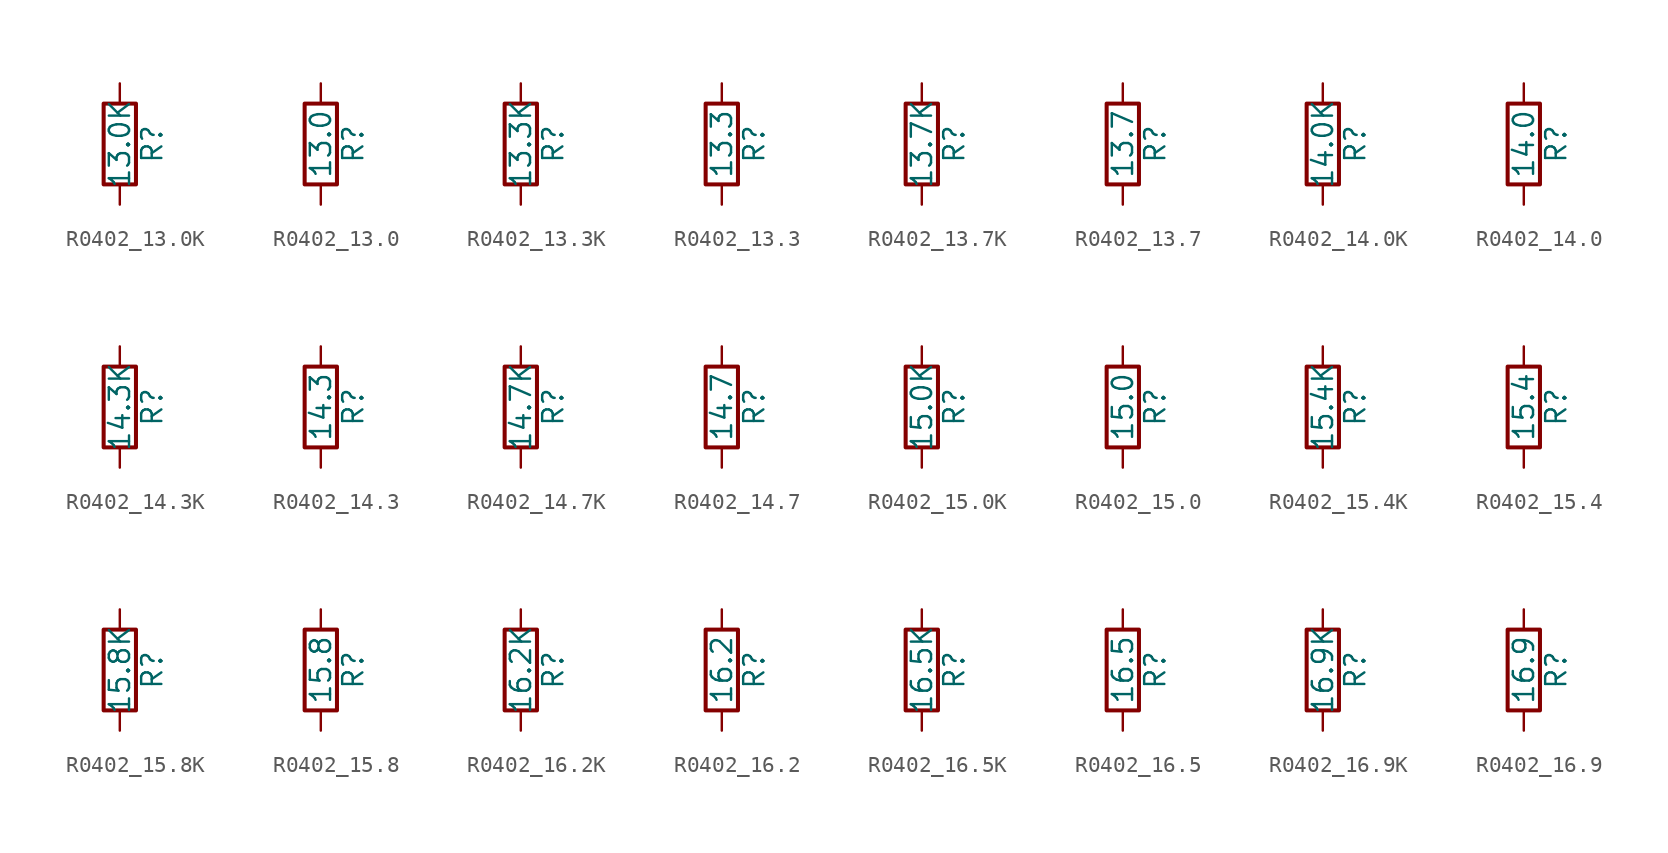
<source format=kicad_sym>
(kicad_symbol_lib
  (version 20211014)
  (generator atlantix-eda)
  (symbol "R0402_13.0K"
    (pin_numbers hide)
    (pin_names
      (offset 0))
    (property "Reference" "R"
      (at 2.032 0 90)
      (effects (font (size 1.27 1.27))))
    (property "Value" "13.0K"
      (at 0 0 90)
      (effects (font (size 1.27 1.27))))
    (symbol "R0402_13.0K_0_1"
      (rectangle (start -1.016 -2.54) (end 1.016 2.54) (stroke (width 0.254) (type default) (color 0 0 0 0)) (fill (type none))))
    (symbol "R0402_13.0K_1_1"
      (pin passive line (at 0 3.81 270) (length 1.27) (name "~" (effects (font (size 1.27 1.27)))) (number "1" (effects (font (size 1.27 1.27)))))
      (pin passive line (at 0 -3.81 90) (length 1.27) (name "~" (effects (font (size 1.27 1.27)))) (number "2" (effects (font (size 1.27 1.27)))))))
  (symbol "R0402_13.0"
    (pin_numbers hide)
    (pin_names
      (offset 0))
    (property "Reference" "R"
      (at 2.032 0 90)
      (effects (font (size 1.27 1.27))))
    (property "Value" "13.0"
      (at 0 0 90)
      (effects (font (size 1.27 1.27))))
    (symbol "R0402_13.0_0_1"
      (rectangle (start -1.016 -2.54) (end 1.016 2.54) (stroke (width 0.254) (type default) (color 0 0 0 0)) (fill (type none))))
    (symbol "R0402_13.0_1_1"
      (pin passive line (at 0 3.81 270) (length 1.27) (name "~" (effects (font (size 1.27 1.27)))) (number "1" (effects (font (size 1.27 1.27)))))
      (pin passive line (at 0 -3.81 90) (length 1.27) (name "~" (effects (font (size 1.27 1.27)))) (number "2" (effects (font (size 1.27 1.27)))))))
  (symbol "R0402_13.3K"
    (pin_numbers hide)
    (pin_names
      (offset 0))
    (property "Reference" "R"
      (at 2.032 0 90)
      (effects (font (size 1.27 1.27))))
    (property "Value" "13.3K"
      (at 0 0 90)
      (effects (font (size 1.27 1.27))))
    (symbol "R0402_13.3K_0_1"
      (rectangle (start -1.016 -2.54) (end 1.016 2.54) (stroke (width 0.254) (type default) (color 0 0 0 0)) (fill (type none))))
    (symbol "R0402_13.3K_1_1"
      (pin passive line (at 0 3.81 270) (length 1.27) (name "~" (effects (font (size 1.27 1.27)))) (number "1" (effects (font (size 1.27 1.27)))))
      (pin passive line (at 0 -3.81 90) (length 1.27) (name "~" (effects (font (size 1.27 1.27)))) (number "2" (effects (font (size 1.27 1.27)))))))
  (symbol "R0402_13.3"
    (pin_numbers hide)
    (pin_names
      (offset 0))
    (property "Reference" "R"
      (at 2.032 0 90)
      (effects (font (size 1.27 1.27))))
    (property "Value" "13.3"
      (at 0 0 90)
      (effects (font (size 1.27 1.27))))
    (symbol "R0402_13.3_0_1"
      (rectangle (start -1.016 -2.54) (end 1.016 2.54) (stroke (width 0.254) (type default) (color 0 0 0 0)) (fill (type none))))
    (symbol "R0402_13.3_1_1"
      (pin passive line (at 0 3.81 270) (length 1.27) (name "~" (effects (font (size 1.27 1.27)))) (number "1" (effects (font (size 1.27 1.27)))))
      (pin passive line (at 0 -3.81 90) (length 1.27) (name "~" (effects (font (size 1.27 1.27)))) (number "2" (effects (font (size 1.27 1.27)))))))
  (symbol "R0402_13.7K"
    (pin_numbers hide)
    (pin_names
      (offset 0))
    (property "Reference" "R"
      (at 2.032 0 90)
      (effects (font (size 1.27 1.27))))
    (property "Value" "13.7K"
      (at 0 0 90)
      (effects (font (size 1.27 1.27))))
    (symbol "R0402_13.7K_0_1"
      (rectangle (start -1.016 -2.54) (end 1.016 2.54) (stroke (width 0.254) (type default) (color 0 0 0 0)) (fill (type none))))
    (symbol "R0402_13.7K_1_1"
      (pin passive line (at 0 3.81 270) (length 1.27) (name "~" (effects (font (size 1.27 1.27)))) (number "1" (effects (font (size 1.27 1.27)))))
      (pin passive line (at 0 -3.81 90) (length 1.27) (name "~" (effects (font (size 1.27 1.27)))) (number "2" (effects (font (size 1.27 1.27)))))))
  (symbol "R0402_13.7"
    (pin_numbers hide)
    (pin_names
      (offset 0))
    (property "Reference" "R"
      (at 2.032 0 90)
      (effects (font (size 1.27 1.27))))
    (property "Value" "13.7"
      (at 0 0 90)
      (effects (font (size 1.27 1.27))))
    (symbol "R0402_13.7_0_1"
      (rectangle (start -1.016 -2.54) (end 1.016 2.54) (stroke (width 0.254) (type default) (color 0 0 0 0)) (fill (type none))))
    (symbol "R0402_13.7_1_1"
      (pin passive line (at 0 3.81 270) (length 1.27) (name "~" (effects (font (size 1.27 1.27)))) (number "1" (effects (font (size 1.27 1.27)))))
      (pin passive line (at 0 -3.81 90) (length 1.27) (name "~" (effects (font (size 1.27 1.27)))) (number "2" (effects (font (size 1.27 1.27)))))))
  (symbol "R0402_14.0K"
    (pin_numbers hide)
    (pin_names
      (offset 0))
    (property "Reference" "R"
      (at 2.032 0 90)
      (effects (font (size 1.27 1.27))))
    (property "Value" "14.0K"
      (at 0 0 90)
      (effects (font (size 1.27 1.27))))
    (symbol "R0402_14.0K_0_1"
      (rectangle (start -1.016 -2.54) (end 1.016 2.54) (stroke (width 0.254) (type default) (color 0 0 0 0)) (fill (type none))))
    (symbol "R0402_14.0K_1_1"
      (pin passive line (at 0 3.81 270) (length 1.27) (name "~" (effects (font (size 1.27 1.27)))) (number "1" (effects (font (size 1.27 1.27)))))
      (pin passive line (at 0 -3.81 90) (length 1.27) (name "~" (effects (font (size 1.27 1.27)))) (number "2" (effects (font (size 1.27 1.27)))))))
  (symbol "R0402_14.0"
    (pin_numbers hide)
    (pin_names
      (offset 0))
    (property "Reference" "R"
      (at 2.032 0 90)
      (effects (font (size 1.27 1.27))))
    (property "Value" "14.0"
      (at 0 0 90)
      (effects (font (size 1.27 1.27))))
    (symbol "R0402_14.0_0_1"
      (rectangle (start -1.016 -2.54) (end 1.016 2.54) (stroke (width 0.254) (type default) (color 0 0 0 0)) (fill (type none))))
    (symbol "R0402_14.0_1_1"
      (pin passive line (at 0 3.81 270) (length 1.27) (name "~" (effects (font (size 1.27 1.27)))) (number "1" (effects (font (size 1.27 1.27)))))
      (pin passive line (at 0 -3.81 90) (length 1.27) (name "~" (effects (font (size 1.27 1.27)))) (number "2" (effects (font (size 1.27 1.27)))))))
  (symbol "R0402_14.3K"
    (pin_numbers hide)
    (pin_names
      (offset 0))
    (property "Reference" "R"
      (at 2.032 0 90)
      (effects (font (size 1.27 1.27))))
    (property "Value" "14.3K"
      (at 0 0 90)
      (effects (font (size 1.27 1.27))))
    (symbol "R0402_14.3K_0_1"
      (rectangle (start -1.016 -2.54) (end 1.016 2.54) (stroke (width 0.254) (type default) (color 0 0 0 0)) (fill (type none))))
    (symbol "R0402_14.3K_1_1"
      (pin passive line (at 0 3.81 270) (length 1.27) (name "~" (effects (font (size 1.27 1.27)))) (number "1" (effects (font (size 1.27 1.27)))))
      (pin passive line (at 0 -3.81 90) (length 1.27) (name "~" (effects (font (size 1.27 1.27)))) (number "2" (effects (font (size 1.27 1.27)))))))
  (symbol "R0402_14.3"
    (pin_numbers hide)
    (pin_names
      (offset 0))
    (property "Reference" "R"
      (at 2.032 0 90)
      (effects (font (size 1.27 1.27))))
    (property "Value" "14.3"
      (at 0 0 90)
      (effects (font (size 1.27 1.27))))
    (symbol "R0402_14.3_0_1"
      (rectangle (start -1.016 -2.54) (end 1.016 2.54) (stroke (width 0.254) (type default) (color 0 0 0 0)) (fill (type none))))
    (symbol "R0402_14.3_1_1"
      (pin passive line (at 0 3.81 270) (length 1.27) (name "~" (effects (font (size 1.27 1.27)))) (number "1" (effects (font (size 1.27 1.27)))))
      (pin passive line (at 0 -3.81 90) (length 1.27) (name "~" (effects (font (size 1.27 1.27)))) (number "2" (effects (font (size 1.27 1.27)))))))
  (symbol "R0402_14.7K"
    (pin_numbers hide)
    (pin_names
      (offset 0))
    (property "Reference" "R"
      (at 2.032 0 90)
      (effects (font (size 1.27 1.27))))
    (property "Value" "14.7K"
      (at 0 0 90)
      (effects (font (size 1.27 1.27))))
    (symbol "R0402_14.7K_0_1"
      (rectangle (start -1.016 -2.54) (end 1.016 2.54) (stroke (width 0.254) (type default) (color 0 0 0 0)) (fill (type none))))
    (symbol "R0402_14.7K_1_1"
      (pin passive line (at 0 3.81 270) (length 1.27) (name "~" (effects (font (size 1.27 1.27)))) (number "1" (effects (font (size 1.27 1.27)))))
      (pin passive line (at 0 -3.81 90) (length 1.27) (name "~" (effects (font (size 1.27 1.27)))) (number "2" (effects (font (size 1.27 1.27)))))))
  (symbol "R0402_14.7"
    (pin_numbers hide)
    (pin_names
      (offset 0))
    (property "Reference" "R"
      (at 2.032 0 90)
      (effects (font (size 1.27 1.27))))
    (property "Value" "14.7"
      (at 0 0 90)
      (effects (font (size 1.27 1.27))))
    (symbol "R0402_14.7_0_1"
      (rectangle (start -1.016 -2.54) (end 1.016 2.54) (stroke (width 0.254) (type default) (color 0 0 0 0)) (fill (type none))))
    (symbol "R0402_14.7_1_1"
      (pin passive line (at 0 3.81 270) (length 1.27) (name "~" (effects (font (size 1.27 1.27)))) (number "1" (effects (font (size 1.27 1.27)))))
      (pin passive line (at 0 -3.81 90) (length 1.27) (name "~" (effects (font (size 1.27 1.27)))) (number "2" (effects (font (size 1.27 1.27)))))))
  (symbol "R0402_15.0K"
    (pin_numbers hide)
    (pin_names
      (offset 0))
    (property "Reference" "R"
      (at 2.032 0 90)
      (effects (font (size 1.27 1.27))))
    (property "Value" "15.0K"
      (at 0 0 90)
      (effects (font (size 1.27 1.27))))
    (symbol "R0402_15.0K_0_1"
      (rectangle (start -1.016 -2.54) (end 1.016 2.54) (stroke (width 0.254) (type default) (color 0 0 0 0)) (fill (type none))))
    (symbol "R0402_15.0K_1_1"
      (pin passive line (at 0 3.81 270) (length 1.27) (name "~" (effects (font (size 1.27 1.27)))) (number "1" (effects (font (size 1.27 1.27)))))
      (pin passive line (at 0 -3.81 90) (length 1.27) (name "~" (effects (font (size 1.27 1.27)))) (number "2" (effects (font (size 1.27 1.27)))))))
  (symbol "R0402_15.0"
    (pin_numbers hide)
    (pin_names
      (offset 0))
    (property "Reference" "R"
      (at 2.032 0 90)
      (effects (font (size 1.27 1.27))))
    (property "Value" "15.0"
      (at 0 0 90)
      (effects (font (size 1.27 1.27))))
    (symbol "R0402_15.0_0_1"
      (rectangle (start -1.016 -2.54) (end 1.016 2.54) (stroke (width 0.254) (type default) (color 0 0 0 0)) (fill (type none))))
    (symbol "R0402_15.0_1_1"
      (pin passive line (at 0 3.81 270) (length 1.27) (name "~" (effects (font (size 1.27 1.27)))) (number "1" (effects (font (size 1.27 1.27)))))
      (pin passive line (at 0 -3.81 90) (length 1.27) (name "~" (effects (font (size 1.27 1.27)))) (number "2" (effects (font (size 1.27 1.27)))))))
  (symbol "R0402_15.4K"
    (pin_numbers hide)
    (pin_names
      (offset 0))
    (property "Reference" "R"
      (at 2.032 0 90)
      (effects (font (size 1.27 1.27))))
    (property "Value" "15.4K"
      (at 0 0 90)
      (effects (font (size 1.27 1.27))))
    (symbol "R0402_15.4K_0_1"
      (rectangle (start -1.016 -2.54) (end 1.016 2.54) (stroke (width 0.254) (type default) (color 0 0 0 0)) (fill (type none))))
    (symbol "R0402_15.4K_1_1"
      (pin passive line (at 0 3.81 270) (length 1.27) (name "~" (effects (font (size 1.27 1.27)))) (number "1" (effects (font (size 1.27 1.27)))))
      (pin passive line (at 0 -3.81 90) (length 1.27) (name "~" (effects (font (size 1.27 1.27)))) (number "2" (effects (font (size 1.27 1.27)))))))
  (symbol "R0402_15.4"
    (pin_numbers hide)
    (pin_names
      (offset 0))
    (property "Reference" "R"
      (at 2.032 0 90)
      (effects (font (size 1.27 1.27))))
    (property "Value" "15.4"
      (at 0 0 90)
      (effects (font (size 1.27 1.27))))
    (symbol "R0402_15.4_0_1"
      (rectangle (start -1.016 -2.54) (end 1.016 2.54) (stroke (width 0.254) (type default) (color 0 0 0 0)) (fill (type none))))
    (symbol "R0402_15.4_1_1"
      (pin passive line (at 0 3.81 270) (length 1.27) (name "~" (effects (font (size 1.27 1.27)))) (number "1" (effects (font (size 1.27 1.27)))))
      (pin passive line (at 0 -3.81 90) (length 1.27) (name "~" (effects (font (size 1.27 1.27)))) (number "2" (effects (font (size 1.27 1.27)))))))
  (symbol "R0402_15.8K"
    (pin_numbers hide)
    (pin_names
      (offset 0))
    (property "Reference" "R"
      (at 2.032 0 90)
      (effects (font (size 1.27 1.27))))
    (property "Value" "15.8K"
      (at 0 0 90)
      (effects (font (size 1.27 1.27))))
    (symbol "R0402_15.8K_0_1"
      (rectangle (start -1.016 -2.54) (end 1.016 2.54) (stroke (width 0.254) (type default) (color 0 0 0 0)) (fill (type none))))
    (symbol "R0402_15.8K_1_1"
      (pin passive line (at 0 3.81 270) (length 1.27) (name "~" (effects (font (size 1.27 1.27)))) (number "1" (effects (font (size 1.27 1.27)))))
      (pin passive line (at 0 -3.81 90) (length 1.27) (name "~" (effects (font (size 1.27 1.27)))) (number "2" (effects (font (size 1.27 1.27)))))))
  (symbol "R0402_15.8"
    (pin_numbers hide)
    (pin_names
      (offset 0))
    (property "Reference" "R"
      (at 2.032 0 90)
      (effects (font (size 1.27 1.27))))
    (property "Value" "15.8"
      (at 0 0 90)
      (effects (font (size 1.27 1.27))))
    (symbol "R0402_15.8_0_1"
      (rectangle (start -1.016 -2.54) (end 1.016 2.54) (stroke (width 0.254) (type default) (color 0 0 0 0)) (fill (type none))))
    (symbol "R0402_15.8_1_1"
      (pin passive line (at 0 3.81 270) (length 1.27) (name "~" (effects (font (size 1.27 1.27)))) (number "1" (effects (font (size 1.27 1.27)))))
      (pin passive line (at 0 -3.81 90) (length 1.27) (name "~" (effects (font (size 1.27 1.27)))) (number "2" (effects (font (size 1.27 1.27)))))))
  (symbol "R0402_16.2K"
    (pin_numbers hide)
    (pin_names
      (offset 0))
    (property "Reference" "R"
      (at 2.032 0 90)
      (effects (font (size 1.27 1.27))))
    (property "Value" "16.2K"
      (at 0 0 90)
      (effects (font (size 1.27 1.27))))
    (symbol "R0402_16.2K_0_1"
      (rectangle (start -1.016 -2.54) (end 1.016 2.54) (stroke (width 0.254) (type default) (color 0 0 0 0)) (fill (type none))))
    (symbol "R0402_16.2K_1_1"
      (pin passive line (at 0 3.81 270) (length 1.27) (name "~" (effects (font (size 1.27 1.27)))) (number "1" (effects (font (size 1.27 1.27)))))
      (pin passive line (at 0 -3.81 90) (length 1.27) (name "~" (effects (font (size 1.27 1.27)))) (number "2" (effects (font (size 1.27 1.27)))))))
  (symbol "R0402_16.2"
    (pin_numbers hide)
    (pin_names
      (offset 0))
    (property "Reference" "R"
      (at 2.032 0 90)
      (effects (font (size 1.27 1.27))))
    (property "Value" "16.2"
      (at 0 0 90)
      (effects (font (size 1.27 1.27))))
    (symbol "R0402_16.2_0_1"
      (rectangle (start -1.016 -2.54) (end 1.016 2.54) (stroke (width 0.254) (type default) (color 0 0 0 0)) (fill (type none))))
    (symbol "R0402_16.2_1_1"
      (pin passive line (at 0 3.81 270) (length 1.27) (name "~" (effects (font (size 1.27 1.27)))) (number "1" (effects (font (size 1.27 1.27)))))
      (pin passive line (at 0 -3.81 90) (length 1.27) (name "~" (effects (font (size 1.27 1.27)))) (number "2" (effects (font (size 1.27 1.27)))))))
  (symbol "R0402_16.5K"
    (pin_numbers hide)
    (pin_names
      (offset 0))
    (property "Reference" "R"
      (at 2.032 0 90)
      (effects (font (size 1.27 1.27))))
    (property "Value" "16.5K"
      (at 0 0 90)
      (effects (font (size 1.27 1.27))))
    (symbol "R0402_16.5K_0_1"
      (rectangle (start -1.016 -2.54) (end 1.016 2.54) (stroke (width 0.254) (type default) (color 0 0 0 0)) (fill (type none))))
    (symbol "R0402_16.5K_1_1"
      (pin passive line (at 0 3.81 270) (length 1.27) (name "~" (effects (font (size 1.27 1.27)))) (number "1" (effects (font (size 1.27 1.27)))))
      (pin passive line (at 0 -3.81 90) (length 1.27) (name "~" (effects (font (size 1.27 1.27)))) (number "2" (effects (font (size 1.27 1.27)))))))
  (symbol "R0402_16.5"
    (pin_numbers hide)
    (pin_names
      (offset 0))
    (property "Reference" "R"
      (at 2.032 0 90)
      (effects (font (size 1.27 1.27))))
    (property "Value" "16.5"
      (at 0 0 90)
      (effects (font (size 1.27 1.27))))
    (symbol "R0402_16.5_0_1"
      (rectangle (start -1.016 -2.54) (end 1.016 2.54) (stroke (width 0.254) (type default) (color 0 0 0 0)) (fill (type none))))
    (symbol "R0402_16.5_1_1"
      (pin passive line (at 0 3.81 270) (length 1.27) (name "~" (effects (font (size 1.27 1.27)))) (number "1" (effects (font (size 1.27 1.27)))))
      (pin passive line (at 0 -3.81 90) (length 1.27) (name "~" (effects (font (size 1.27 1.27)))) (number "2" (effects (font (size 1.27 1.27)))))))
  (symbol "R0402_16.9K"
    (pin_numbers hide)
    (pin_names
      (offset 0))
    (property "Reference" "R"
      (at 2.032 0 90)
      (effects (font (size 1.27 1.27))))
    (property "Value" "16.9K"
      (at 0 0 90)
      (effects (font (size 1.27 1.27))))
    (symbol "R0402_16.9K_0_1"
      (rectangle (start -1.016 -2.54) (end 1.016 2.54) (stroke (width 0.254) (type default) (color 0 0 0 0)) (fill (type none))))
    (symbol "R0402_16.9K_1_1"
      (pin passive line (at 0 3.81 270) (length 1.27) (name "~" (effects (font (size 1.27 1.27)))) (number "1" (effects (font (size 1.27 1.27)))))
      (pin passive line (at 0 -3.81 90) (length 1.27) (name "~" (effects (font (size 1.27 1.27)))) (number "2" (effects (font (size 1.27 1.27)))))))
  (symbol "R0402_16.9"
    (pin_numbers hide)
    (pin_names
      (offset 0))
    (property "Reference" "R"
      (at 2.032 0 90)
      (effects (font (size 1.27 1.27))))
    (property "Value" "16.9"
      (at 0 0 90)
      (effects (font (size 1.27 1.27))))
    (symbol "R0402_16.9_0_1"
      (rectangle (start -1.016 -2.54) (end 1.016 2.54) (stroke (width 0.254) (type default) (color 0 0 0 0)) (fill (type none))))
    (symbol "R0402_16.9_1_1"
      (pin passive line (at 0 3.81 270) (length 1.27) (name "~" (effects (font (size 1.27 1.27)))) (number "1" (effects (font (size 1.27 1.27)))))
      (pin passive line (at 0 -3.81 90) (length 1.27) (name "~" (effects (font (size 1.27 1.27)))) (number "2" (effects (font (size 1.27 1.27))))))))
</source>
